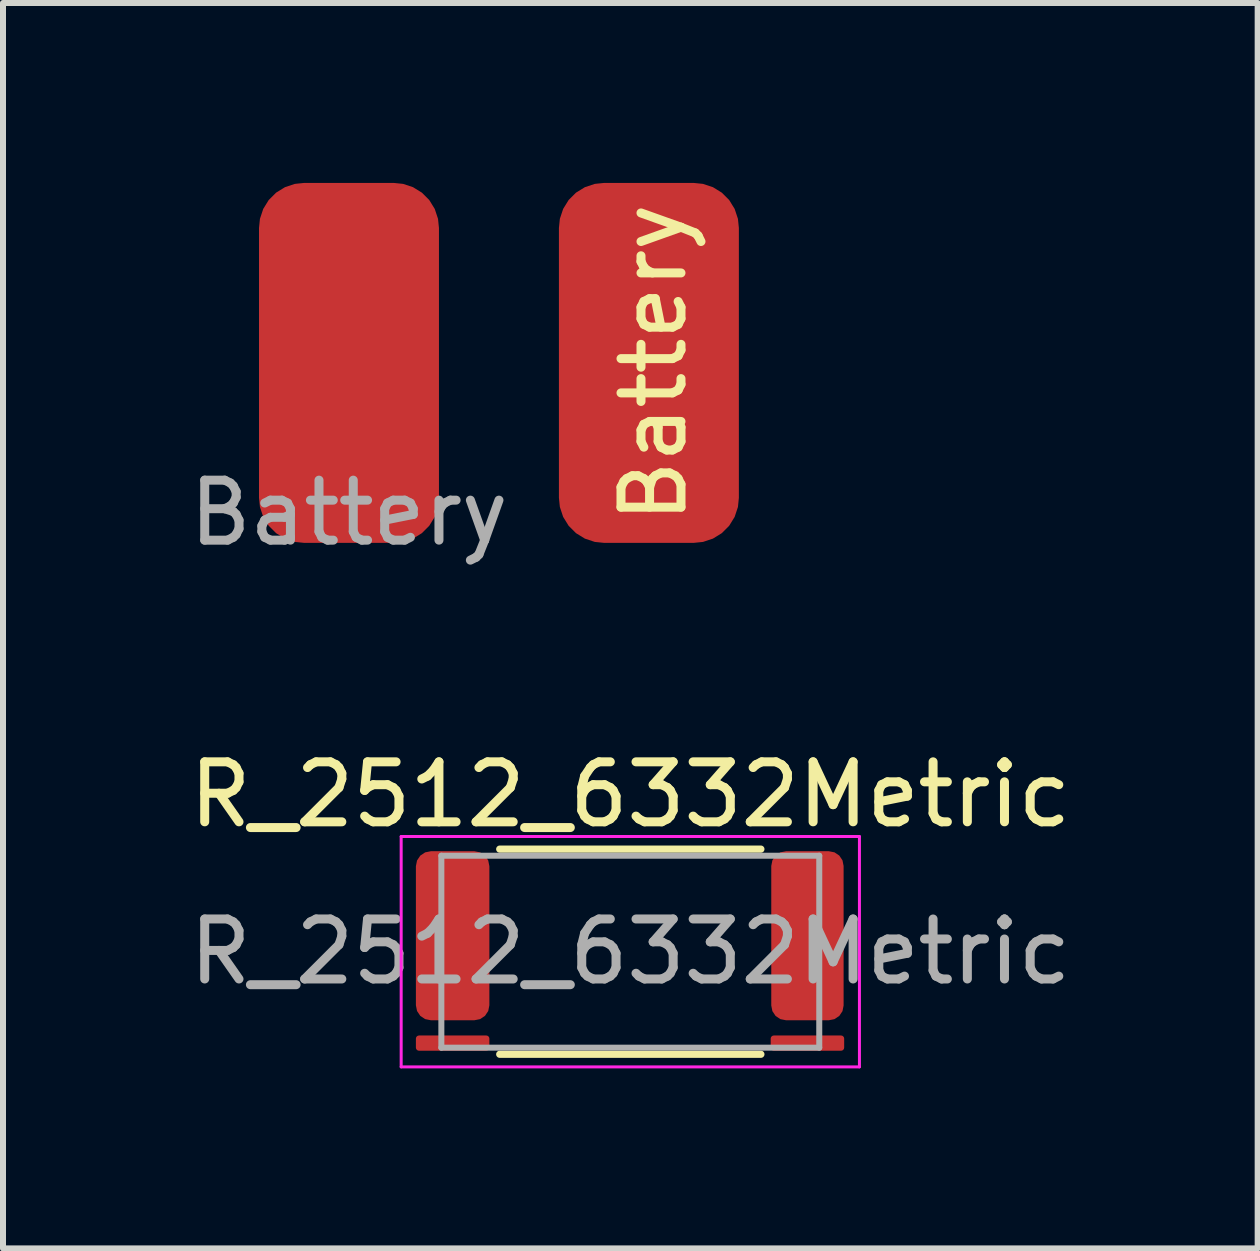
<source format=kicad_pcb>
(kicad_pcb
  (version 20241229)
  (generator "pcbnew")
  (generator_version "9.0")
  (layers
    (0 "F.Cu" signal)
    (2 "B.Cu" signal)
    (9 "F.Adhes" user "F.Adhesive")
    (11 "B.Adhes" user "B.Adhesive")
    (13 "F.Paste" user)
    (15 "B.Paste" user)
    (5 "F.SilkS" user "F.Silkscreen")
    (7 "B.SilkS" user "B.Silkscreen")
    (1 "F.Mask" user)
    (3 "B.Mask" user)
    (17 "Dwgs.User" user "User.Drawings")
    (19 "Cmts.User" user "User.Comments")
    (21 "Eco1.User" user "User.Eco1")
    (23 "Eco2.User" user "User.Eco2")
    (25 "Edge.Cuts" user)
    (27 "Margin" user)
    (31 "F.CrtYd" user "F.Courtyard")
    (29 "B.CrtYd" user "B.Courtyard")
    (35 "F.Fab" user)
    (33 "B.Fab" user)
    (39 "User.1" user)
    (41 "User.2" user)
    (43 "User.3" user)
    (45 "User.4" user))
  (footprint "Battery"
    (layer "F.Cu")
    (at 2.768 3)
    (property "Reference" "Battery" (at 5.08 0 90) (unlocked yes) (layer "F.SilkS") (effects (font (size 1 1) (thickness 0.15))))
    (attr smd)
    (fp_text user "${REFERENCE}" (at 0 2.5 0) (unlocked yes) (layer "F.Fab") (effects (font (size 1 1) (thickness 0.15))))
    (pad "1" smd roundrect (at 0 0) (size 3 6) (layers "F.Cu" "F.Mask" "F.Paste") (roundrect_rratio 0.25))
    (pad "2" smd roundrect (at 5 0) (size 3 6) (layers "F.Cu" "F.Mask" "F.Paste") (roundrect_rratio 0.25)))
  (footprint "R_2512_6332Metric"
    (layer "F.Cu")
    (at 7.458 12.816)
    (property "Reference" "R_2512_6332Metric" (at 0 -2.62 0) (layer "F.SilkS") (effects (font (size 1 1) (thickness 0.15))))
    (attr smd)
    (fp_line (start -2.177 -1.71) (end 2.177 -1.71) (stroke (width 0.12) (type solid)) (layer "F.SilkS"))
    (fp_line (start -2.177 1.71) (end 2.177 1.71) (stroke (width 0.12) (type solid)) (layer "F.SilkS"))
    (fp_line (start -3.82 -1.92) (end 3.82 -1.92) (stroke (width 0.05) (type solid)) (layer "F.CrtYd"))
    (fp_line (start -3.82 1.92) (end -3.82 -1.92) (stroke (width 0.05) (type solid)) (layer "F.CrtYd"))
    (fp_line (start 3.82 -1.92) (end 3.82 1.92) (stroke (width 0.05) (type solid)) (layer "F.CrtYd"))
    (fp_line (start 3.82 1.92) (end -3.82 1.92) (stroke (width 0.05) (type solid)) (layer "F.CrtYd"))
    (fp_line (start -3.15 -1.6) (end 3.15 -1.6) (stroke (width 0.1) (type solid)) (layer "F.Fab"))
    (fp_line (start -3.15 1.6) (end -3.15 -1.6) (stroke (width 0.1) (type solid)) (layer "F.Fab"))
    (fp_line (start 3.15 -1.6) (end 3.15 1.6) (stroke (width 0.1) (type solid)) (layer "F.Fab"))
    (fp_line (start 3.15 1.6) (end -3.15 1.6) (stroke (width 0.1) (type solid)) (layer "F.Fab"))
    (fp_text user "${REFERENCE}" (at 0 0 0) (layer "F.Fab") (effects (font (size 1 1) (thickness 0.15))))
    (pad "1" smd roundrect (at -2.962 -0.266) (size 1.225 2.818) (layers "F.Cu" "F.Mask" "F.Paste") (roundrect_rratio 0.204))
    (pad "2" smd roundrect (at -2.962 1.524) (size 1.225 0.254) (layers "F.Cu" "F.Mask" "F.Paste") (roundrect_rratio 0.204))
    (pad "3" smd roundrect (at 2.953 1.524) (size 1.225 0.254) (layers "F.Cu" "F.Mask" "F.Paste") (roundrect_rratio 0.204))
    (pad "4" smd roundrect (at 2.953 -0.266) (size 1.206 2.818) (layers "F.Cu" "F.Mask" "F.Paste") (roundrect_rratio 0.204)))
  (gr_rect
    (start -3 -3)
    (end 17.917 17.762)
    (stroke (width 0.1) (type default))
    (fill no)
    (layer "Edge.Cuts")))
</source>
